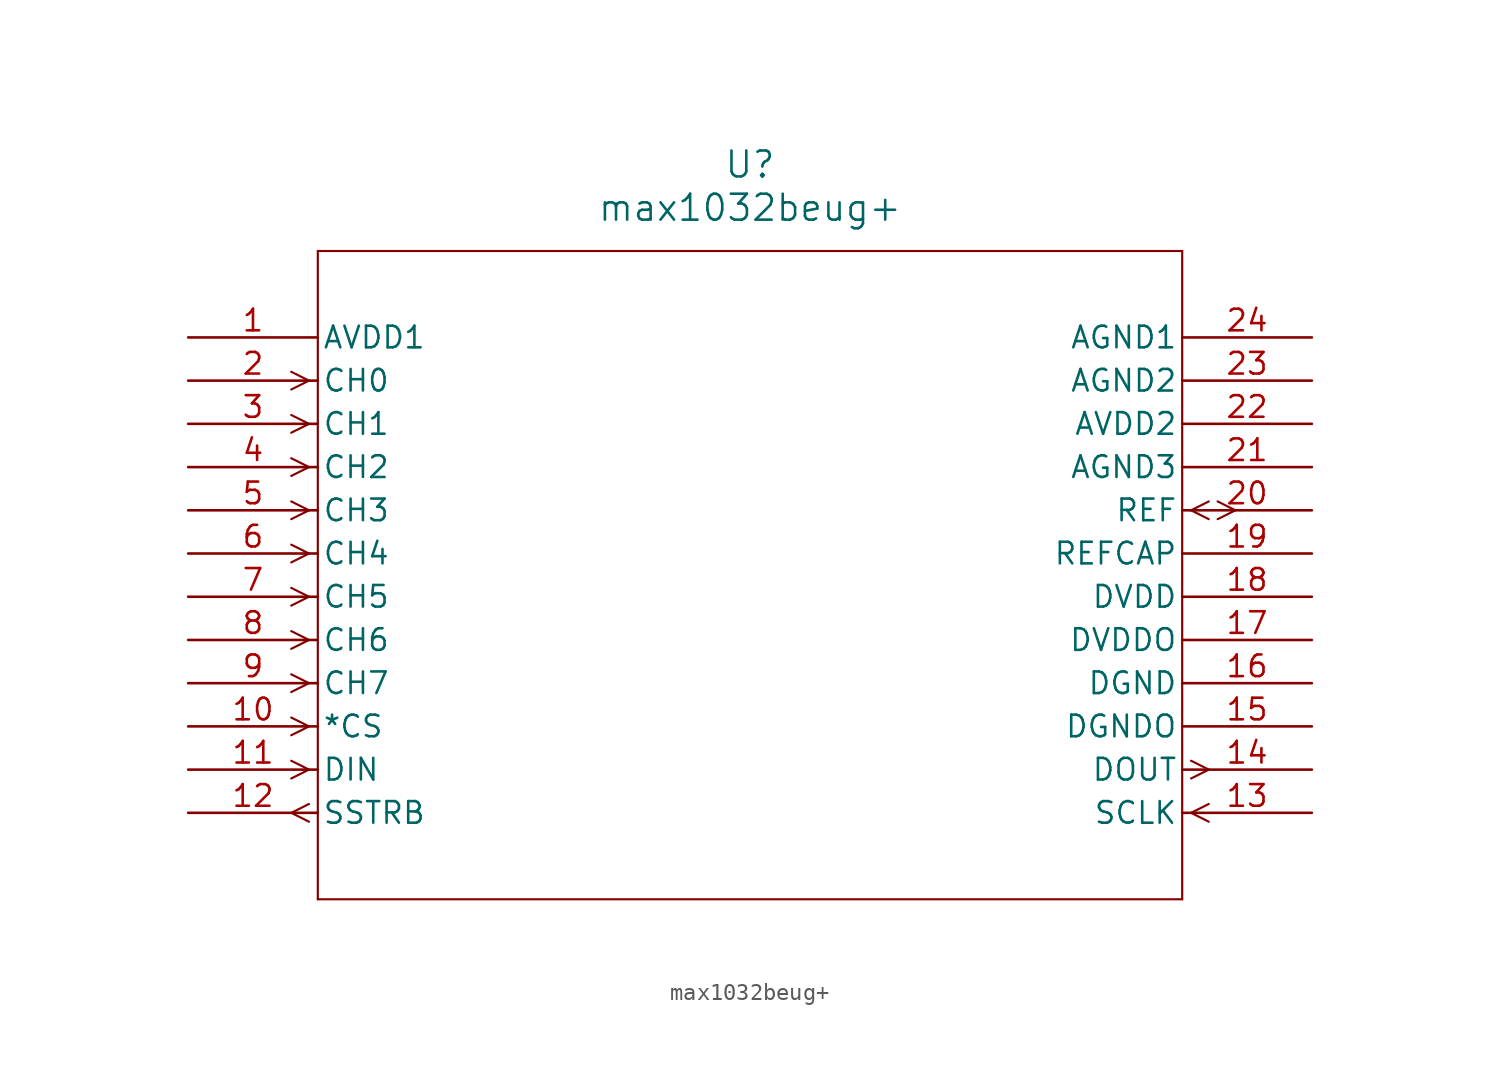
<source format=kicad_sym>
(kicad_symbol_lib
  (version 20211014)
  (generator kicad_symbol_editor)
  (symbol "max1032beug+"
    (pin_names
      (offset 0.254))
    (property "Reference" "U"
      (at 33.02 10.16 0)
      (effects (font (size 1.524 1.524))))
    (property "Value" "max1032beug+"
      (at 33.02 7.62 0)
      (effects (font (size 1.524 1.524))))
    (symbol "max1032beug+_0_1"
      (polyline (pts (xy 7.099 -2.54) (xy 6.058 -2.019)) (stroke (width 0.127) (type default) (color 0 0 0 0)) (fill (type none)))
      (polyline (pts (xy 7.099 -2.54) (xy 6.058 -3.061)) (stroke (width 0.127) (type default) (color 0 0 0 0)) (fill (type none)))
      (polyline (pts (xy 7.099 -5.08) (xy 6.058 -4.559)) (stroke (width 0.127) (type default) (color 0 0 0 0)) (fill (type none)))
      (polyline (pts (xy 7.099 -5.08) (xy 6.058 -5.601)) (stroke (width 0.127) (type default) (color 0 0 0 0)) (fill (type none)))
      (polyline (pts (xy 7.099 -7.62) (xy 6.058 -7.099)) (stroke (width 0.127) (type default) (color 0 0 0 0)) (fill (type none)))
      (polyline (pts (xy 7.099 -7.62) (xy 6.058 -8.141)) (stroke (width 0.127) (type default) (color 0 0 0 0)) (fill (type none)))
      (polyline (pts (xy 7.099 -10.16) (xy 6.058 -9.639)) (stroke (width 0.127) (type default) (color 0 0 0 0)) (fill (type none)))
      (polyline (pts (xy 7.099 -10.16) (xy 6.058 -10.681)) (stroke (width 0.127) (type default) (color 0 0 0 0)) (fill (type none)))
      (polyline (pts (xy 7.099 -12.7) (xy 6.058 -12.179)) (stroke (width 0.127) (type default) (color 0 0 0 0)) (fill (type none)))
      (polyline (pts (xy 7.099 -12.7) (xy 6.058 -13.221)) (stroke (width 0.127) (type default) (color 0 0 0 0)) (fill (type none)))
      (polyline (pts (xy 7.099 -15.24) (xy 6.058 -14.719)) (stroke (width 0.127) (type default) (color 0 0 0 0)) (fill (type none)))
      (polyline (pts (xy 7.099 -15.24) (xy 6.058 -15.761)) (stroke (width 0.127) (type default) (color 0 0 0 0)) (fill (type none)))
      (polyline (pts (xy 7.099 -17.78) (xy 6.058 -17.259)) (stroke (width 0.127) (type default) (color 0 0 0 0)) (fill (type none)))
      (polyline (pts (xy 7.099 -17.78) (xy 6.058 -18.301)) (stroke (width 0.127) (type default) (color 0 0 0 0)) (fill (type none)))
      (polyline (pts (xy 7.099 -20.32) (xy 6.058 -19.799)) (stroke (width 0.127) (type default) (color 0 0 0 0)) (fill (type none)))
      (polyline (pts (xy 7.099 -20.32) (xy 6.058 -20.841)) (stroke (width 0.127) (type default) (color 0 0 0 0)) (fill (type none)))
      (polyline (pts (xy 7.099 -22.86) (xy 6.058 -22.339)) (stroke (width 0.127) (type default) (color 0 0 0 0)) (fill (type none)))
      (polyline (pts (xy 7.099 -22.86) (xy 6.058 -23.381)) (stroke (width 0.127) (type default) (color 0 0 0 0)) (fill (type none)))
      (polyline (pts (xy 7.099 -25.4) (xy 6.058 -24.879)) (stroke (width 0.127) (type default) (color 0 0 0 0)) (fill (type none)))
      (polyline (pts (xy 7.099 -25.4) (xy 6.058 -25.921)) (stroke (width 0.127) (type default) (color 0 0 0 0)) (fill (type none)))
      (polyline (pts (xy 7.099 -27.419) (xy 6.058 -27.94)) (stroke (width 0.127) (type default) (color 0 0 0 0)) (fill (type none)))
      (polyline (pts (xy 7.099 -28.461) (xy 6.058 -27.94)) (stroke (width 0.127) (type default) (color 0 0 0 0)) (fill (type none)))
      (polyline (pts (xy 58.941 -27.94) (xy 59.982 -27.419)) (stroke (width 0.127) (type default) (color 0 0 0 0)) (fill (type none)))
      (polyline (pts (xy 58.941 -27.94) (xy 59.982 -28.461)) (stroke (width 0.127) (type default) (color 0 0 0 0)) (fill (type none)))
      (polyline (pts (xy 58.941 -24.879) (xy 59.982 -25.4)) (stroke (width 0.127) (type default) (color 0 0 0 0)) (fill (type none)))
      (polyline (pts (xy 58.941 -25.921) (xy 59.982 -25.4)) (stroke (width 0.127) (type default) (color 0 0 0 0)) (fill (type none)))
      (polyline (pts (xy 58.941 -10.16) (xy 59.982 -9.639)) (stroke (width 0.127) (type default) (color 0 0 0 0)) (fill (type none)))
      (polyline (pts (xy 58.941 -10.16) (xy 59.982 -10.681)) (stroke (width 0.127) (type default) (color 0 0 0 0)) (fill (type none)))
      (polyline (pts (xy 60.503 -9.639) (xy 61.544 -10.16)) (stroke (width 0.127) (type default) (color 0 0 0 0)) (fill (type none)))
      (polyline (pts (xy 60.503 -10.681) (xy 61.544 -10.16)) (stroke (width 0.127) (type default) (color 0 0 0 0)) (fill (type none)))
      (polyline (pts (xy 7.62 5.08) (xy 7.62 -33.02)) (stroke (width 0.127) (type default) (color 0 0 0 0)) (fill (type none)))
      (polyline (pts (xy 7.62 -33.02) (xy 58.42 -33.02)) (stroke (width 0.127) (type default) (color 0 0 0 0)) (fill (type none)))
      (polyline (pts (xy 58.42 -33.02) (xy 58.42 5.08)) (stroke (width 0.127) (type default) (color 0 0 0 0)) (fill (type none)))
      (polyline (pts (xy 58.42 5.08) (xy 7.62 5.08)) (stroke (width 0.127) (type default) (color 0 0 0 0)) (fill (type none)))
      (pin power_in line (at 0 0 0) (length 7.62) (name "AVDD1" (effects (font (size 1.27 1.27)))) (number "1" (effects (font (size 1.27 1.27)))))
      (pin input line (at 0 -2.54 0) (length 7.62) (name "CH0" (effects (font (size 1.27 1.27)))) (number "2" (effects (font (size 1.27 1.27)))))
      (pin input line (at 0 -5.08 0) (length 7.62) (name "CH1" (effects (font (size 1.27 1.27)))) (number "3" (effects (font (size 1.27 1.27)))))
      (pin input line (at 0 -7.62 0) (length 7.62) (name "CH2" (effects (font (size 1.27 1.27)))) (number "4" (effects (font (size 1.27 1.27)))))
      (pin input line (at 0 -10.16 0) (length 7.62) (name "CH3" (effects (font (size 1.27 1.27)))) (number "5" (effects (font (size 1.27 1.27)))))
      (pin input line (at 0 -12.7 0) (length 7.62) (name "CH4" (effects (font (size 1.27 1.27)))) (number "6" (effects (font (size 1.27 1.27)))))
      (pin input line (at 0 -15.24 0) (length 7.62) (name "CH5" (effects (font (size 1.27 1.27)))) (number "7" (effects (font (size 1.27 1.27)))))
      (pin input line (at 0 -17.78 0) (length 7.62) (name "CH6" (effects (font (size 1.27 1.27)))) (number "8" (effects (font (size 1.27 1.27)))))
      (pin input line (at 0 -20.32 0) (length 7.62) (name "CH7" (effects (font (size 1.27 1.27)))) (number "9" (effects (font (size 1.27 1.27)))))
      (pin input line (at 0 -22.86 0) (length 7.62) (name "*CS" (effects (font (size 1.27 1.27)))) (number "10" (effects (font (size 1.27 1.27)))))
      (pin input line (at 0 -25.4 0) (length 7.62) (name "DIN" (effects (font (size 1.27 1.27)))) (number "11" (effects (font (size 1.27 1.27)))))
      (pin output line (at 0 -27.94 0) (length 7.62) (name "SSTRB" (effects (font (size 1.27 1.27)))) (number "12" (effects (font (size 1.27 1.27)))))
      (pin input line (at 66.04 -27.94 180) (length 7.62) (name "SCLK" (effects (font (size 1.27 1.27)))) (number "13" (effects (font (size 1.27 1.27)))))
      (pin output line (at 66.04 -25.4 180) (length 7.62) (name "DOUT" (effects (font (size 1.27 1.27)))) (number "14" (effects (font (size 1.27 1.27)))))
      (pin power_in line (at 66.04 -22.86 180) (length 7.62) (name "DGNDO" (effects (font (size 1.27 1.27)))) (number "15" (effects (font (size 1.27 1.27)))))
      (pin power_in line (at 66.04 -20.32 180) (length 7.62) (name "DGND" (effects (font (size 1.27 1.27)))) (number "16" (effects (font (size 1.27 1.27)))))
      (pin power_in line (at 66.04 -17.78 180) (length 7.62) (name "DVDDO" (effects (font (size 1.27 1.27)))) (number "17" (effects (font (size 1.27 1.27)))))
      (pin power_in line (at 66.04 -15.24 180) (length 7.62) (name "DVDD" (effects (font (size 1.27 1.27)))) (number "18" (effects (font (size 1.27 1.27)))))
      (pin unspecified line (at 66.04 -12.7 180) (length 7.62) (name "REFCAP" (effects (font (size 1.27 1.27)))) (number "19" (effects (font (size 1.27 1.27)))))
      (pin bidirectional line (at 66.04 -10.16 180) (length 7.62) (name "REF" (effects (font (size 1.27 1.27)))) (number "20" (effects (font (size 1.27 1.27)))))
      (pin power_in line (at 66.04 -7.62 180) (length 7.62) (name "AGND3" (effects (font (size 1.27 1.27)))) (number "21" (effects (font (size 1.27 1.27)))))
      (pin power_in line (at 66.04 -5.08 180) (length 7.62) (name "AVDD2" (effects (font (size 1.27 1.27)))) (number "22" (effects (font (size 1.27 1.27)))))
      (pin power_in line (at 66.04 -2.54 180) (length 7.62) (name "AGND2" (effects (font (size 1.27 1.27)))) (number "23" (effects (font (size 1.27 1.27)))))
      (pin power_in line (at 66.04 0 180) (length 7.62) (name "AGND1" (effects (font (size 1.27 1.27)))) (number "24" (effects (font (size 1.27 1.27))))))))
</source>
